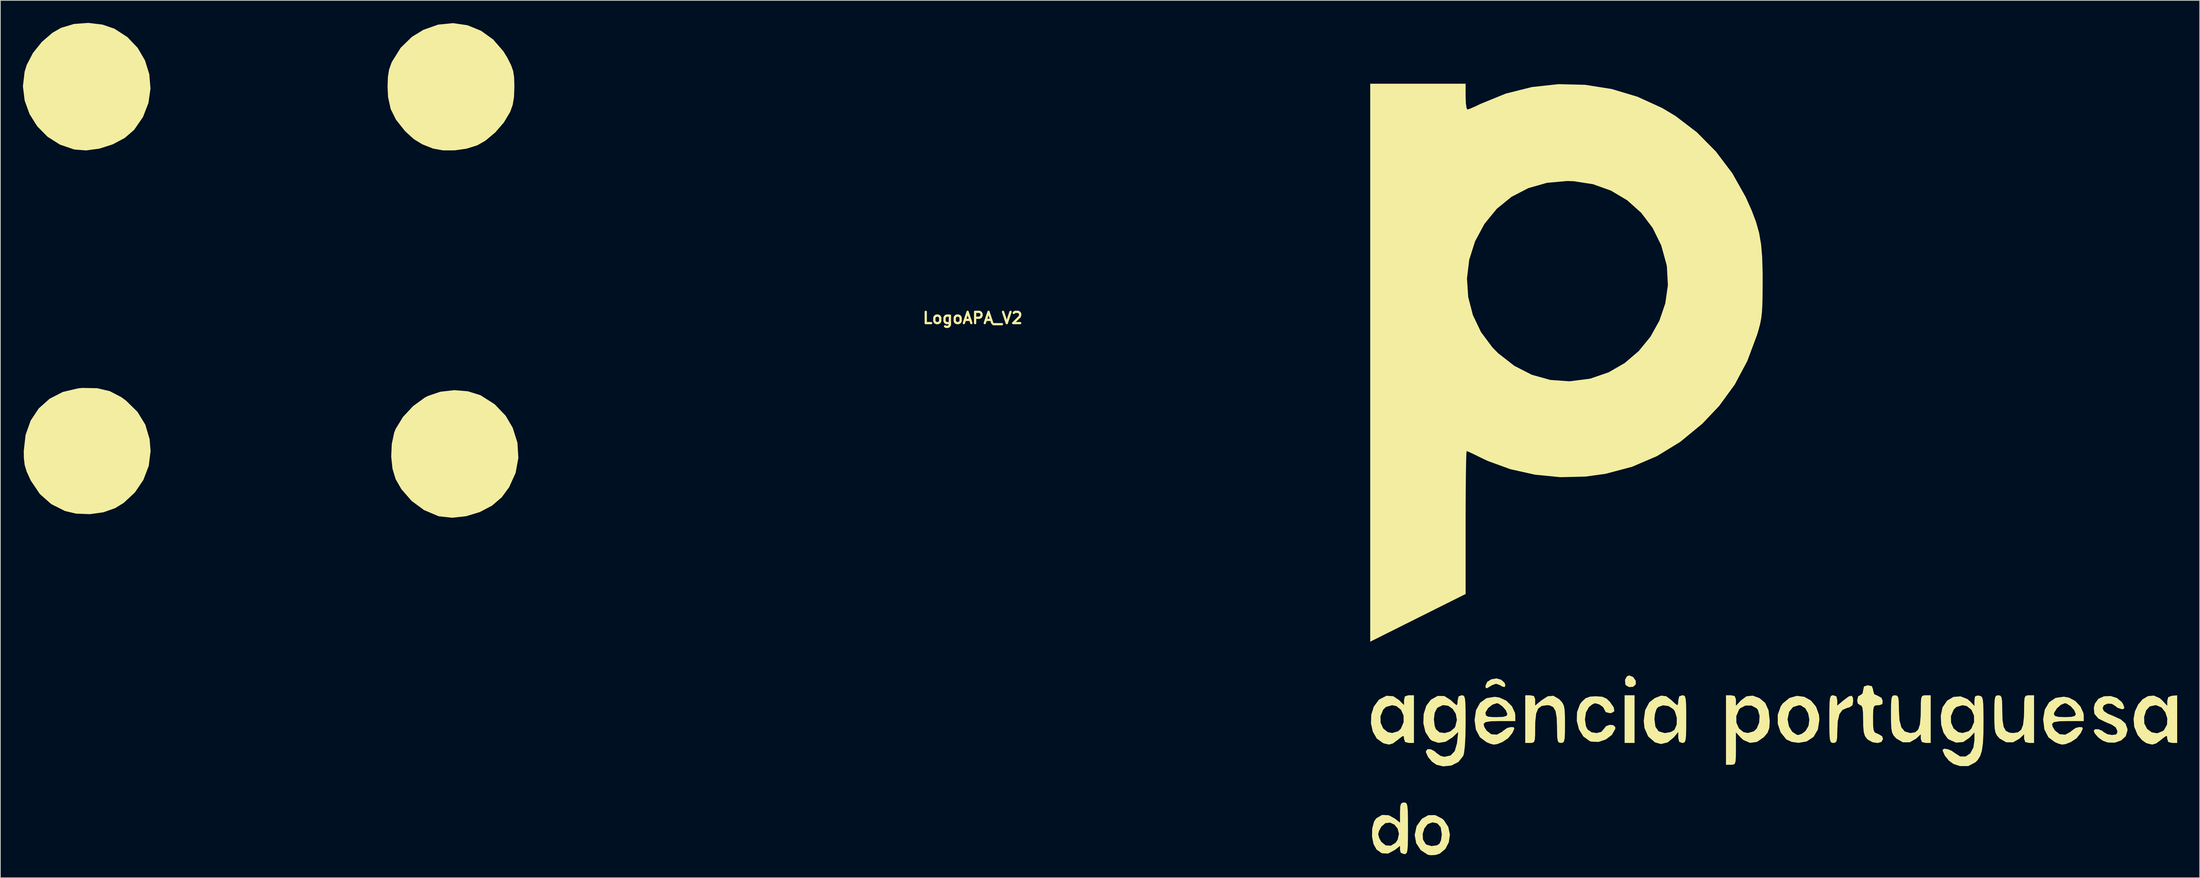
<source format=kicad_pcb>
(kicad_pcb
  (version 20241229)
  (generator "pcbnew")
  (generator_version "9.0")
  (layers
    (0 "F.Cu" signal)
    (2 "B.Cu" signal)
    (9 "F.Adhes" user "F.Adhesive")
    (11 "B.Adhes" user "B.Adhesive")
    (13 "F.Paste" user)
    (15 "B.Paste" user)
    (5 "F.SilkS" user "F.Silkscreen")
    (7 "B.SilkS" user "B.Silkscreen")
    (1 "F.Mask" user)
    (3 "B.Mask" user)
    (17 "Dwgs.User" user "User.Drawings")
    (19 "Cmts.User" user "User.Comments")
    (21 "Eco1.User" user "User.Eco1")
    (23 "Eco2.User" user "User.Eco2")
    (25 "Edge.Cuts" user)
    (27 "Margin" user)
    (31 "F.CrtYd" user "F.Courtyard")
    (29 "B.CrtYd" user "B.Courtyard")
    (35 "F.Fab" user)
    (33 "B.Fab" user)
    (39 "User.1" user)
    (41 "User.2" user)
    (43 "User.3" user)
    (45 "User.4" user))
  (footprint "LogoAPA_V2"
    (layer "F.Cu")
    (at 126.435 39.326)
    (property "Reference" "LogoAPA_V2" (at 0 0 0) (layer "F.SilkS") (effects (font (size 1.5 1.5) (thickness 0.3))))
    (attr board_only exclude_from_pos_files exclude_from_bom)
    (fp_poly (pts (xy 88.106 53.446) (xy 88.106 56.621) (xy 87.445 56.621) (xy 86.783 56.621) (xy 86.783 53.446) (xy 86.783 50.271) (xy 87.445 50.271) (xy 88.106 50.271)) (stroke (width 0) (type solid)) (fill yes) (layer "F.SilkS"))
    (fp_poly (pts (xy 87.92 47.839) (xy 88.261 48.327) (xy 88.276 48.812) (xy 87.918 49.141) (xy 87.386 49.184) (xy 86.95 48.941) (xy 86.879 48.816) (xy 86.831 48.216) (xy 87.08 47.753) (xy 87.404 47.625)) (stroke (width 0) (type solid)) (fill yes) (layer "F.SilkS"))
    (fp_poly (pts (xy 70.35 48.198) (xy 70.78 48.587) (xy 70.908 48.879) (xy 70.833 49.171) (xy 70.533 49.126) (xy 70.137 48.9) (xy 69.665 48.736) (xy 69.14 48.921) (xy 68.95 49.039) (xy 68.473 49.326) (xy 68.291 49.302) (xy 68.263 48.986) (xy 68.491 48.481) (xy 69.049 48.136) (xy 69.744 48.024)) (stroke (width 0) (type solid)) (fill yes) (layer "F.SilkS"))
    (fp_poly (pts (xy -115.845 -39.099) (xy -114.256 -38.552) (xy -112.522 -37.432) (xy -111.16 -35.999) (xy -110.185 -34.327) (xy -109.611 -32.494) (xy -109.453 -30.576) (xy -109.727 -28.649) (xy -110.447 -26.79) (xy -111.627 -25.074) (xy -111.637 -25.063) (xy -112.888 -23.988) (xy -114.479 -23.14) (xy -116.25 -22.57) (xy -118.043 -22.331) (xy -119.602 -22.455) (xy -121.506 -23.106) (xy -123.161 -24.159) (xy -124.523 -25.539) (xy -125.551 -27.17) (xy -126.202 -28.977) (xy -126.435 -30.887) (xy -126.207 -32.823) (xy -125.927 -33.728) (xy -125.099 -35.316) (xy -123.914 -36.791) (xy -122.509 -38.003) (xy -121.365 -38.663) (xy -119.638 -39.182) (xy -117.735 -39.326)) (stroke (width 0) (type solid)) (fill yes) (layer "F.SilkS"))
    (fp_poly (pts (xy -116.541 9.354) (xy -114.869 9.748) (xy -113.345 10.54) (xy -112.713 11.003) (xy -111.184 12.504) (xy -110.14 14.21) (xy -109.567 16.149) (xy -109.439 17.727) (xy -109.684 19.702) (xy -110.399 21.573) (xy -111.526 23.246) (xy -113.007 24.626) (xy -114.139 25.326) (xy -115.722 25.888) (xy -117.532 26.139) (xy -119.362 26.065) (xy -120.83 25.719) (xy -122.666 24.795) (xy -124.18 23.452) (xy -125.364 21.698) (xy -125.462 21.503) (xy -125.939 20.455) (xy -126.201 19.589) (xy -126.309 18.648) (xy -126.323 17.74) (xy -126.081 15.574) (xy -125.399 13.659) (xy -124.318 12.038) (xy -122.877 10.754) (xy -121.116 9.85) (xy -119.074 9.368) (xy -118.5 9.317)) (stroke (width 0) (type solid)) (fill yes) (layer "F.SilkS"))
    (fp_poly (pts (xy -67.198 9.764) (xy -65.563 10.275) (xy -65.484 10.313) (xy -63.636 11.491) (xy -62.174 13.02) (xy -61.235 14.619) (xy -60.604 16.618) (xy -60.481 18.653) (xy -60.853 20.653) (xy -61.708 22.546) (xy -62.689 23.885) (xy -63.986 25) (xy -65.615 25.856) (xy -67.427 26.408) (xy -69.272 26.614) (xy -70.998 26.428) (xy -71.186 26.378) (xy -73.039 25.59) (xy -74.697 24.368) (xy -76.06 22.798) (xy -76.821 21.464) (xy -77.236 20.095) (xy -77.407 18.469) (xy -77.334 16.799) (xy -77.017 15.295) (xy -76.815 14.77) (xy -75.837 13.177) (xy -74.49 11.734) (xy -72.938 10.606) (xy -72.533 10.392) (xy -70.866 9.824) (xy -69.027 9.614)) (stroke (width 0) (type solid)) (fill yes) (layer "F.SilkS"))
    (fp_poly (pts (xy 114.974 50.42) (xy 115.094 50.942) (xy 115.094 50.956) (xy 115.094 51.641) (xy 115.908 50.956) (xy 116.597 50.438) (xy 117 50.321) (xy 117.181 50.609) (xy 117.21 51.032) (xy 117.118 51.598) (xy 116.732 51.872) (xy 116.412 51.952) (xy 115.786 52.222) (xy 115.379 52.784) (xy 115.158 53.713) (xy 115.094 55.051) (xy 115.074 55.931) (xy 114.988 56.405) (xy 114.793 56.594) (xy 114.565 56.621) (xy 114.341 56.59) (xy 114.191 56.438) (xy 114.101 56.077) (xy 114.054 55.421) (xy 114.037 54.381) (xy 114.035 53.446) (xy 114.041 52.106) (xy 114.066 51.207) (xy 114.126 50.662) (xy 114.235 50.383) (xy 114.409 50.282) (xy 114.565 50.271)) (stroke (width 0) (type solid)) (fill yes) (layer "F.SilkS"))
    (fp_poly (pts (xy 62.499 66.713) (xy 62.727 66.919) (xy 63.313 67.813) (xy 63.522 68.836) (xy 63.383 69.856) (xy 62.927 70.742) (xy 62.186 71.361) (xy 61.648 71.544) (xy 60.981 71.587) (xy 60.59 71.521) (xy 59.639 70.904) (xy 59.038 69.982) (xy 58.837 68.886) (xy 58.866 68.749) (xy 59.9 68.749) (xy 59.943 69.501) (xy 60.299 70.09) (xy 60.412 70.174) (xy 61.08 70.365) (xy 61.794 70.264) (xy 62.124 70.062) (xy 62.338 69.598) (xy 62.44 68.884) (xy 62.442 68.792) (xy 62.297 67.856) (xy 61.848 67.339) (xy 61.204 67.204) (xy 60.576 67.432) (xy 60.126 68.003) (xy 59.9 68.749) (xy 58.866 68.749) (xy 59.084 67.747) (xy 59.123 67.663) (xy 59.79 66.732) (xy 60.639 66.25) (xy 61.573 66.237)) (stroke (width 0) (type solid)) (fill yes) (layer "F.SilkS"))
    (fp_poly (pts (xy 110.7 50.476) (xy 111.582 50.97) (xy 112.266 51.787) (xy 112.657 52.883) (xy 112.712 53.529) (xy 112.51 54.837) (xy 111.932 55.817) (xy 111.019 56.423) (xy 109.934 56.609) (xy 109.039 56.485) (xy 108.337 56.172) (xy 108.312 56.152) (xy 107.556 55.227) (xy 107.169 54.075) (xy 107.169 53.487) (xy 108.479 53.487) (xy 108.647 54.394) (xy 109.083 55.122) (xy 109.683 55.525) (xy 109.934 55.562) (xy 110.404 55.387) (xy 110.86 55.033) (xy 111.268 54.339) (xy 111.372 53.5) (xy 111.21 52.666) (xy 110.82 51.99) (xy 110.239 51.622) (xy 110.006 51.594) (xy 109.215 51.826) (xy 108.684 52.468) (xy 108.48 53.436) (xy 108.479 53.487) (xy 107.169 53.487) (xy 107.168 52.856) (xy 107.569 51.732) (xy 107.834 51.358) (xy 108.729 50.627) (xy 109.717 50.347)) (stroke (width 0) (type solid)) (fill yes) (layer "F.SilkS"))
    (fp_poly (pts (xy -67.251 -39.011) (xy -65.444 -38.275) (xy -63.826 -37.106) (xy -62.462 -35.526) (xy -61.903 -34.604) (xy -61.44 -33.673) (xy -61.172 -32.905) (xy -61.047 -32.076) (xy -61.012 -30.963) (xy -61.012 -30.824) (xy -61.059 -29.457) (xy -61.232 -28.41) (xy -61.564 -27.48) (xy -61.573 -27.459) (xy -62.411 -26.054) (xy -63.56 -24.725) (xy -64.867 -23.629) (xy -65.957 -23.009) (xy -67.368 -22.569) (xy -68.959 -22.34) (xy -70.514 -22.337) (xy -71.823 -22.575) (xy -71.834 -22.579) (xy -73.265 -23.144) (xy -74.395 -23.836) (xy -75.453 -24.801) (xy -75.642 -25.002) (xy -76.772 -26.425) (xy -77.478 -27.846) (xy -77.826 -29.44) (xy -77.893 -30.824) (xy -77.847 -32.127) (xy -77.691 -33.108) (xy -77.388 -33.967) (xy -77.294 -34.167) (xy -76.143 -36.014) (xy -74.658 -37.461) (xy -73.13 -38.398) (xy -71.161 -39.095) (xy -69.179 -39.292)) (stroke (width 0) (type solid)) (fill yes) (layer "F.SilkS"))
    (fp_poly (pts (xy 83.804 50.465) (xy 84.377 50.713) (xy 84.822 51.145) (xy 85.34 51.891) (xy 85.413 52.393) (xy 85.042 52.633) (xy 84.799 52.652) (xy 84.271 52.517) (xy 84.138 52.265) (xy 83.916 51.848) (xy 83.403 51.483) (xy 82.832 51.329) (xy 82.453 51.501) (xy 82.021 51.858) (xy 81.633 52.563) (xy 81.5 53.492) (xy 81.636 54.396) (xy 81.86 54.835) (xy 82.386 55.203) (xy 83.06 55.305) (xy 83.673 55.147) (xy 84.005 54.769) (xy 84.309 54.385) (xy 84.788 54.21) (xy 85.26 54.246) (xy 85.541 54.497) (xy 85.543 54.746) (xy 85.084 55.552) (xy 84.283 56.16) (xy 83.312 56.486) (xy 82.345 56.448) (xy 82.124 56.372) (xy 81.281 55.752) (xy 80.702 54.805) (xy 80.414 53.677) (xy 80.448 52.518) (xy 80.834 51.473) (xy 81.072 51.145) (xy 81.59 50.663) (xy 82.19 50.447) (xy 82.947 50.403)) (stroke (width 0) (type solid)) (fill yes) (layer "F.SilkS"))
    (fp_poly (pts (xy 74.713 50.375) (xy 74.872 50.793) (xy 74.877 50.956) (xy 74.877 51.641) (xy 75.691 50.956) (xy 76.548 50.404) (xy 77.294 50.337) (xy 78.021 50.755) (xy 78.196 50.92) (xy 78.501 51.267) (xy 78.692 51.651) (xy 78.796 52.2) (xy 78.838 53.042) (xy 78.846 54.095) (xy 78.838 55.267) (xy 78.8 56.007) (xy 78.713 56.414) (xy 78.555 56.586) (xy 78.317 56.621) (xy 78.047 56.574) (xy 77.888 56.362) (xy 77.812 55.875) (xy 77.788 55.003) (xy 77.787 54.619) (xy 77.742 53.273) (xy 77.585 52.375) (xy 77.284 51.849) (xy 76.805 51.62) (xy 76.474 51.594) (xy 75.759 51.69) (xy 75.285 52.032) (xy 75.01 52.696) (xy 74.891 53.762) (xy 74.877 54.523) (xy 74.87 55.567) (xy 74.825 56.191) (xy 74.71 56.502) (xy 74.488 56.609) (xy 74.216 56.621) (xy 73.554 56.621) (xy 73.554 53.446) (xy 73.554 50.271) (xy 74.216 50.271)) (stroke (width 0) (type solid)) (fill yes) (layer "F.SilkS"))
    (fp_poly (pts (xy 127.529 53.446) (xy 127.529 56.621) (xy 126.868 56.621) (xy 126.356 56.504) (xy 126.207 56.077) (xy 126.206 56.046) (xy 126.206 55.47) (xy 125.594 56.046) (xy 124.736 56.538) (xy 123.818 56.534) (xy 122.954 56.036) (xy 122.887 55.971) (xy 122.583 55.625) (xy 122.391 55.241) (xy 122.288 54.691) (xy 122.245 53.849) (xy 122.237 52.796) (xy 122.245 51.625) (xy 122.283 50.884) (xy 122.37 50.477) (xy 122.528 50.305) (xy 122.767 50.271) (xy 123.04 50.319) (xy 123.2 50.538) (xy 123.274 51.038) (xy 123.295 51.931) (xy 123.296 52.196) (xy 123.374 53.599) (xy 123.626 54.548) (xy 124.08 55.095) (xy 124.764 55.295) (xy 124.889 55.298) (xy 125.475 55.195) (xy 125.866 54.835) (xy 126.095 54.143) (xy 126.194 53.043) (xy 126.206 52.273) (xy 126.214 51.258) (xy 126.263 50.661) (xy 126.389 50.372) (xy 126.629 50.279) (xy 126.868 50.271) (xy 127.529 50.271)) (stroke (width 0) (type solid)) (fill yes) (layer "F.SilkS"))
    (fp_poly (pts (xy 141.287 53.446) (xy 141.287 56.621) (xy 140.626 56.621) (xy 140.114 56.504) (xy 139.965 56.077) (xy 139.965 56.046) (xy 139.965 55.47) (xy 139.352 56.046) (xy 138.494 56.538) (xy 137.577 56.534) (xy 136.712 56.036) (xy 136.645 55.971) (xy 136.341 55.625) (xy 136.15 55.241) (xy 136.046 54.691) (xy 136.003 53.849) (xy 135.996 52.796) (xy 136.004 51.625) (xy 136.041 50.884) (xy 136.129 50.477) (xy 136.287 50.305) (xy 136.525 50.271) (xy 136.795 50.317) (xy 136.953 50.53) (xy 137.03 51.017) (xy 137.053 51.889) (xy 137.054 52.273) (xy 137.094 53.601) (xy 137.241 54.487) (xy 137.533 55.01) (xy 138.011 55.252) (xy 138.525 55.298) (xy 139.149 55.202) (xy 139.57 54.866) (xy 139.823 54.212) (xy 139.942 53.165) (xy 139.965 52.106) (xy 139.975 51.144) (xy 140.032 50.595) (xy 140.179 50.344) (xy 140.458 50.274) (xy 140.626 50.271) (xy 141.287 50.271)) (stroke (width 0) (type solid)) (fill yes) (layer "F.SilkS"))
    (fp_poly (pts (xy 119.7 49.059) (xy 119.854 49.487) (xy 119.856 49.591) (xy 120.011 50.128) (xy 120.452 50.319) (xy 120.986 50.62) (xy 121.131 50.998) (xy 121.096 51.443) (xy 120.718 51.588) (xy 120.536 51.594) (xy 120.179 51.619) (xy 119.976 51.774) (xy 119.883 52.174) (xy 119.857 52.935) (xy 119.856 53.417) (xy 119.869 54.382) (xy 119.936 54.945) (xy 120.1 55.234) (xy 120.402 55.376) (xy 120.518 55.407) (xy 121.064 55.732) (xy 121.179 56.097) (xy 120.972 56.485) (xy 120.459 56.631) (xy 119.807 56.536) (xy 119.182 56.199) (xy 119.062 56.092) (xy 118.778 55.71) (xy 118.615 55.18) (xy 118.544 54.361) (xy 118.533 53.578) (xy 118.513 52.531) (xy 118.437 51.917) (xy 118.289 51.639) (xy 118.136 51.594) (xy 117.817 51.364) (xy 117.74 50.932) (xy 117.878 50.4) (xy 118.136 50.271) (xy 118.456 50.041) (xy 118.533 49.609) (xy 118.643 49.106) (xy 119.073 48.951) (xy 119.195 48.948)) (stroke (width 0) (type solid)) (fill yes) (layer "F.SilkS"))
    (fp_poly (pts (xy 152.311 50.628) (xy 152.97 51.171) (xy 153.154 51.479) (xy 153.316 51.947) (xy 153.16 52.11) (xy 152.956 52.123) (xy 152.381 51.931) (xy 152.124 51.713) (xy 151.631 51.408) (xy 151.046 51.386) (xy 150.574 51.614) (xy 150.416 51.982) (xy 150.575 52.373) (xy 151.111 52.729) (xy 151.739 52.987) (xy 152.827 53.484) (xy 153.461 54.039) (xy 153.711 54.726) (xy 153.723 54.952) (xy 153.492 55.721) (xy 152.888 56.284) (xy 152.047 56.584) (xy 151.103 56.566) (xy 150.416 56.315) (xy 149.813 55.871) (xy 149.363 55.343) (xy 149.225 54.983) (xy 149.424 54.786) (xy 149.873 54.801) (xy 150.355 54.998) (xy 150.548 55.166) (xy 151.04 55.456) (xy 151.657 55.562) (xy 152.205 55.498) (xy 152.37 55.225) (xy 152.352 54.969) (xy 152.154 54.547) (xy 151.624 54.183) (xy 150.875 53.877) (xy 149.851 53.374) (xy 149.318 52.747) (xy 149.24 51.937) (xy 149.389 51.367) (xy 149.855 50.736) (xy 150.599 50.405) (xy 151.469 50.371)) (stroke (width 0) (type solid)) (fill yes) (layer "F.SilkS"))
    (fp_poly (pts (xy 58.737 53.446) (xy 58.737 56.621) (xy 58.076 56.621) (xy 57.561 56.501) (xy 57.415 56.074) (xy 57.415 56.068) (xy 57.387 55.739) (xy 57.23 55.714) (xy 56.829 56.01) (xy 56.601 56.2) (xy 55.938 56.691) (xy 55.408 56.84) (xy 54.783 56.695) (xy 54.586 56.618) (xy 53.791 56.037) (xy 53.265 55.128) (xy 53.016 54.027) (xy 53.049 53.047) (xy 54.288 53.047) (xy 54.301 53.927) (xy 54.639 54.683) (xy 55.25 55.179) (xy 55.827 55.298) (xy 56.639 55.065) (xy 57.003 54.71) (xy 57.366 53.844) (xy 57.353 52.965) (xy 57.015 52.208) (xy 56.404 51.712) (xy 55.827 51.594) (xy 55.016 51.827) (xy 54.651 52.182) (xy 54.288 53.047) (xy 53.049 53.047) (xy 53.055 52.867) (xy 53.392 51.784) (xy 54.036 50.911) (xy 54.162 50.804) (xy 55.086 50.337) (xy 55.981 50.395) (xy 56.765 50.92) (xy 57.415 51.57) (xy 57.415 50.92) (xy 57.527 50.425) (xy 57.964 50.273) (xy 58.076 50.271) (xy 58.737 50.271)) (stroke (width 0) (type solid)) (fill yes) (layer "F.SilkS"))
    (fp_poly (pts (xy 101.432 50.372) (xy 101.594 50.782) (xy 101.6 50.971) (xy 101.6 51.671) (xy 102.249 50.971) (xy 103.003 50.405) (xy 103.831 50.319) (xy 104.737 50.648) (xy 105.499 51.286) (xy 105.945 52.274) (xy 106.098 53.665) (xy 106.098 53.743) (xy 106.042 54.642) (xy 105.813 55.263) (xy 105.325 55.847) (xy 104.407 56.483) (xy 103.474 56.611) (xy 102.59 56.231) (xy 102.249 55.921) (xy 101.6 55.221) (xy 101.6 57.376) (xy 101.593 58.437) (xy 101.551 59.077) (xy 101.441 59.401) (xy 101.229 59.516) (xy 100.939 59.531) (xy 100.277 59.531) (xy 100.277 54.901) (xy 100.277 53.047) (xy 101.648 53.047) (xy 101.662 53.927) (xy 102 54.683) (xy 102.611 55.179) (xy 103.188 55.298) (xy 103.999 55.065) (xy 104.363 54.71) (xy 104.693 53.913) (xy 104.748 53.012) (xy 104.528 52.237) (xy 104.359 52.01) (xy 103.667 51.641) (xy 102.861 51.644) (xy 102.168 52.001) (xy 102.012 52.182) (xy 101.648 53.047) (xy 100.277 53.047) (xy 100.277 50.271) (xy 100.939 50.271)) (stroke (width 0) (type solid)) (fill yes) (layer "F.SilkS"))
    (fp_poly (pts (xy 57.631 64.588) (xy 57.778 64.731) (xy 57.87 65.074) (xy 57.92 65.7) (xy 57.94 66.693) (xy 57.944 67.998) (xy 57.939 69.402) (xy 57.917 70.361) (xy 57.864 70.96) (xy 57.768 71.283) (xy 57.615 71.414) (xy 57.415 71.438) (xy 56.975 71.254) (xy 56.885 70.889) (xy 56.885 70.341) (xy 56.188 70.889) (xy 55.284 71.366) (xy 54.45 71.319) (xy 53.757 70.825) (xy 53.351 70.083) (xy 53.159 69.082) (xy 53.165 68.792) (xy 53.975 68.792) (xy 54.12 69.308) (xy 54.397 69.806) (xy 54.99 70.28) (xy 55.678 70.31) (xy 56.303 69.918) (xy 56.567 69.519) (xy 56.742 68.727) (xy 56.563 68.027) (xy 56.132 67.501) (xy 55.555 67.235) (xy 54.935 67.31) (xy 54.397 67.777) (xy 54.08 68.372) (xy 53.975 68.792) (xy 53.165 68.792) (xy 53.183 68.023) (xy 53.425 67.107) (xy 53.71 66.675) (xy 54.496 66.214) (xy 55.384 66.253) (xy 56.188 66.694) (xy 56.885 67.243) (xy 56.885 65.9) (xy 56.912 65.1) (xy 57.028 64.698) (xy 57.282 64.565) (xy 57.415 64.558)) (stroke (width 0) (type solid)) (fill yes) (layer "F.SilkS"))
    (fp_poly (pts (xy 160.338 53.449) (xy 160.338 56.621) (xy 159.676 56.621) (xy 159.161 56.501) (xy 159.015 56.074) (xy 159.015 56.068) (xy 158.987 55.739) (xy 158.83 55.714) (xy 158.429 56.01) (xy 158.201 56.2) (xy 157.539 56.69) (xy 157.009 56.839) (xy 156.381 56.694) (xy 156.172 56.613) (xy 155.64 56.231) (xy 155.113 55.607) (xy 155.048 55.505) (xy 154.623 54.468) (xy 154.532 53.406) (xy 154.583 53.137) (xy 155.941 53.137) (xy 155.963 54.035) (xy 156.337 54.751) (xy 156.947 55.209) (xy 157.676 55.334) (xy 158.408 55.048) (xy 158.599 54.882) (xy 158.986 54.182) (xy 159.022 53.348) (xy 158.763 52.536) (xy 158.261 51.902) (xy 157.572 51.601) (xy 157.444 51.594) (xy 156.697 51.75) (xy 156.215 52.272) (xy 155.941 53.137) (xy 154.583 53.137) (xy 154.722 52.394) (xy 155.14 51.504) (xy 155.73 50.811) (xy 156.44 50.388) (xy 157.216 50.308) (xy 158.004 50.645) (xy 158.366 50.971) (xy 159.015 51.671) (xy 159.015 51.029) (xy 159.145 50.521) (xy 159.63 50.336) (xy 159.676 50.332) (xy 160.338 50.277)) (stroke (width 0) (type solid)) (fill yes) (layer "F.SilkS"))
    (fp_poly (pts (xy 145.918 50.575) (xy 146.779 51.029) (xy 147.477 51.784) (xy 147.865 52.66) (xy 147.901 52.983) (xy 147.902 53.71) (xy 145.785 53.71) (xy 144.632 53.737) (xy 143.95 53.846) (xy 143.682 54.079) (xy 143.771 54.479) (xy 144.081 54.974) (xy 144.697 55.459) (xy 145.447 55.515) (xy 146.146 55.137) (xy 146.244 55.033) (xy 146.817 54.625) (xy 147.306 54.504) (xy 147.699 54.534) (xy 147.771 54.719) (xy 147.554 55.203) (xy 147.494 55.319) (xy 146.929 56.012) (xy 146.173 56.509) (xy 145.477 56.78) (xy 145.006 56.844) (xy 144.498 56.702) (xy 144.066 56.519) (xy 143.193 55.863) (xy 142.663 54.83) (xy 142.496 53.469) (xy 142.612 52.784) (xy 143.933 52.784) (xy 144.064 53.024) (xy 144.522 53.147) (xy 145.389 53.181) (xy 146.266 53.146) (xy 146.718 53.021) (xy 146.844 52.784) (xy 146.637 52.26) (xy 146.153 51.72) (xy 145.597 51.37) (xy 145.389 51.329) (xy 144.864 51.536) (xy 144.324 52.019) (xy 143.975 52.575) (xy 143.933 52.784) (xy 142.612 52.784) (xy 142.715 52.177) (xy 143.288 51.209) (xy 144.151 50.619) (xy 145.244 50.46)) (stroke (width 0) (type solid)) (fill yes) (layer "F.SilkS"))
    (fp_poly (pts (xy 70.083 50.558) (xy 71.033 50.989) (xy 71.781 51.73) (xy 72.191 52.626) (xy 72.23 52.983) (xy 72.231 53.71) (xy 70.115 53.71) (xy 68.962 53.737) (xy 68.279 53.846) (xy 68.011 54.079) (xy 68.1 54.479) (xy 68.41 54.974) (xy 69.026 55.459) (xy 69.776 55.515) (xy 70.475 55.137) (xy 70.573 55.033) (xy 71.146 54.625) (xy 71.635 54.504) (xy 72.029 54.534) (xy 72.1 54.719) (xy 71.883 55.203) (xy 71.824 55.319) (xy 71.258 56.012) (xy 70.502 56.509) (xy 69.806 56.78) (xy 69.335 56.844) (xy 68.827 56.702) (xy 68.395 56.519) (xy 67.525 55.864) (xy 66.983 54.837) (xy 66.807 53.578) (xy 66.941 52.667) (xy 68.263 52.667) (xy 68.33 52.965) (xy 68.616 53.12) (xy 69.244 53.176) (xy 69.718 53.181) (xy 70.595 53.146) (xy 71.047 53.021) (xy 71.173 52.784) (xy 70.977 52.283) (xy 70.52 51.748) (xy 69.998 51.383) (xy 69.777 51.329) (xy 69.178 51.522) (xy 68.611 51.98) (xy 68.283 52.52) (xy 68.263 52.667) (xy 66.941 52.667) (xy 67.001 52.256) (xy 67.546 51.266) (xy 68.391 50.656) (xy 69.481 50.476)) (stroke (width 0) (type solid)) (fill yes) (layer "F.SilkS"))
    (fp_poly (pts (xy 94.68 50.302) (xy 94.829 50.454) (xy 94.92 50.814) (xy 94.967 51.471) (xy 94.984 52.511) (xy 94.985 53.446) (xy 94.98 54.786) (xy 94.955 55.685) (xy 94.895 56.23) (xy 94.785 56.509) (xy 94.612 56.61) (xy 94.456 56.621) (xy 94.055 56.482) (xy 93.927 55.981) (xy 93.926 55.893) (xy 93.924 55.166) (xy 93.33 55.882) (xy 92.512 56.554) (xy 91.608 56.766) (xy 90.816 56.541) (xy 89.914 55.751) (xy 89.425 54.634) (xy 89.327 53.671) (xy 89.357 53.446) (xy 90.752 53.446) (xy 90.886 54.469) (xy 91.309 55.072) (xy 92.053 55.295) (xy 92.184 55.298) (xy 92.9 55.178) (xy 93.408 54.888) (xy 93.418 54.876) (xy 93.714 54.169) (xy 93.731 53.271) (xy 93.482 52.436) (xy 93.278 52.136) (xy 92.636 51.711) (xy 91.9 51.608) (xy 91.268 51.828) (xy 91.026 52.106) (xy 90.826 52.744) (xy 90.752 53.446) (xy 89.357 53.446) (xy 89.512 52.254) (xy 90.064 51.216) (xy 90.796 50.645) (xy 91.649 50.319) (xy 92.319 50.396) (xy 92.993 50.9) (xy 93.025 50.932) (xy 93.495 51.372) (xy 93.787 51.589) (xy 93.807 51.594) (xy 93.897 51.367) (xy 93.927 50.932) (xy 94.051 50.414) (xy 94.456 50.271)) (stroke (width 0) (type solid)) (fill yes) (layer "F.SilkS"))
    (fp_poly (pts (xy 133.945 50.319) (xy 134.196 50.377) (xy 134.365 50.528) (xy 134.469 50.861) (xy 134.525 51.468) (xy 134.549 52.439) (xy 134.558 53.578) (xy 134.547 55.359) (xy 134.478 56.697) (xy 134.337 57.679) (xy 134.106 58.389) (xy 133.769 58.914) (xy 133.481 59.201) (xy 132.536 59.701) (xy 131.425 59.706) (xy 130.565 59.426) (xy 129.95 58.985) (xy 129.417 58.328) (xy 129.13 57.672) (xy 129.117 57.534) (xy 129.316 57.388) (xy 129.784 57.451) (xy 130.33 57.674) (xy 130.704 57.944) (xy 131.451 58.421) (xy 132.175 58.426) (xy 132.789 58.015) (xy 133.209 57.243) (xy 133.35 56.259) (xy 133.35 55.221) (xy 132.701 55.921) (xy 131.855 56.499) (xy 130.91 56.582) (xy 129.959 56.168) (xy 129.759 56.01) (xy 129.233 55.257) (xy 128.925 54.2) (xy 128.866 53.047) (xy 130.223 53.047) (xy 130.237 53.927) (xy 130.575 54.683) (xy 131.186 55.179) (xy 131.762 55.298) (xy 132.574 55.065) (xy 132.938 54.71) (xy 133.302 53.844) (xy 133.288 52.965) (xy 132.95 52.208) (xy 132.339 51.712) (xy 131.762 51.594) (xy 130.951 51.827) (xy 130.587 52.182) (xy 130.223 53.047) (xy 128.866 53.047) (xy 128.865 53.033) (xy 129.083 51.945) (xy 129.121 51.849) (xy 129.723 50.975) (xy 130.562 50.487) (xy 131.507 50.413) (xy 132.423 50.779) (xy 132.814 51.118) (xy 133.35 51.694) (xy 133.35 50.964) (xy 133.424 50.442) (xy 133.732 50.3)) (stroke (width 0) (type solid)) (fill yes) (layer "F.SilkS"))
    (fp_poly (pts (xy 65.297 50.298) (xy 65.443 50.435) (xy 65.536 50.763) (xy 65.588 51.363) (xy 65.611 52.317) (xy 65.617 53.706) (xy 65.617 53.963) (xy 65.592 55.662) (xy 65.52 57.017) (xy 65.407 57.96) (xy 65.301 58.348) (xy 64.666 59.152) (xy 63.726 59.633) (xy 62.627 59.743) (xy 61.742 59.533) (xy 61.143 59.122) (xy 60.618 58.496) (xy 60.337 57.874) (xy 60.325 57.753) (xy 60.51 57.46) (xy 60.95 57.454) (xy 61.471 57.711) (xy 61.719 57.944) (xy 62.293 58.352) (xy 62.785 58.473) (xy 63.619 58.29) (xy 64.165 57.713) (xy 64.458 56.7) (xy 64.487 56.472) (xy 64.626 55.166) (xy 63.85 55.893) (xy 62.947 56.465) (xy 61.996 56.612) (xy 61.136 56.325) (xy 60.868 56.106) (xy 60.266 55.169) (xy 59.988 54.003) (xy 60.006 53.48) (xy 61.393 53.48) (xy 61.5 54.366) (xy 61.665 54.801) (xy 62.145 55.213) (xy 62.839 55.303) (xy 63.562 55.097) (xy 64.131 54.621) (xy 64.244 54.431) (xy 64.455 53.553) (xy 64.308 52.741) (xy 63.891 52.083) (xy 63.292 51.666) (xy 62.601 51.58) (xy 61.906 51.91) (xy 61.799 52.01) (xy 61.497 52.616) (xy 61.393 53.48) (xy 60.006 53.48) (xy 60.03 52.775) (xy 60.387 51.654) (xy 60.987 50.866) (xy 61.89 50.357) (xy 62.785 50.373) (xy 63.636 50.912) (xy 63.656 50.932) (xy 64.126 51.372) (xy 64.418 51.589) (xy 64.438 51.594) (xy 64.529 51.367) (xy 64.558 50.932) (xy 64.682 50.414) (xy 65.088 50.271)) (stroke (width 0) (type solid)) (fill yes) (layer "F.SilkS"))
    (fp_poly (pts (xy 65.617 -29.501) (xy 65.65 -28.625) (xy 65.737 -28.006) (xy 65.854 -27.781) (xy 66.198 -27.891) (xy 66.864 -28.179) (xy 67.64 -28.548) (xy 70.958 -29.903) (xy 74.42 -30.773) (xy 77.966 -31.162) (xy 81.534 -31.075) (xy 85.065 -30.515) (xy 88.498 -29.485) (xy 91.772 -27.991) (xy 93.552 -26.926) (xy 96.383 -24.764) (xy 98.925 -22.197) (xy 101.116 -19.296) (xy 102.893 -16.135) (xy 102.94 -16.034) (xy 103.708 -14.312) (xy 104.282 -12.79) (xy 104.687 -11.334) (xy 104.949 -9.813) (xy 105.096 -8.095) (xy 105.154 -6.046) (xy 105.157 -4.895) (xy 105.148 -3.151) (xy 105.121 -1.822) (xy 105.065 -0.795) (xy 104.969 0.044) (xy 104.819 0.809) (xy 104.605 1.614) (xy 104.414 2.249) (xy 103.111 5.737) (xy 101.442 8.873) (xy 99.368 11.719) (xy 97.115 14.095) (xy 94.203 16.493) (xy 91.087 18.404) (xy 87.767 19.827) (xy 84.247 20.76) (xy 81.577 21.13) (xy 78.216 21.209) (xy 74.845 20.875) (xy 71.59 20.148) (xy 68.577 19.053) (xy 67.73 18.651) (xy 66.844 18.214) (xy 66.153 17.888) (xy 65.782 17.733) (xy 65.756 17.727) (xy 65.724 17.982) (xy 65.694 18.707) (xy 65.669 19.843) (xy 65.647 21.331) (xy 65.631 23.112) (xy 65.62 25.127) (xy 65.617 27.251) (xy 65.617 36.775) (xy 59.267 39.952) (xy 52.917 43.129) (xy 52.917 5.954) (xy 52.917 -5.268) (xy 65.797 -5.268) (xy 65.962 -2.789) (xy 66.585 -0.39) (xy 67.66 1.865) (xy 69.179 3.91) (xy 69.946 4.689) (xy 72.1 6.371) (xy 74.426 7.561) (xy 76.891 8.251) (xy 79.462 8.432) (xy 82.107 8.095) (xy 82.261 8.059) (xy 84.646 7.241) (xy 86.794 6) (xy 88.665 4.399) (xy 90.216 2.499) (xy 91.407 0.362) (xy 92.197 -1.95) (xy 92.544 -4.376) (xy 92.407 -6.854) (xy 92.367 -7.095) (xy 91.654 -9.684) (xy 90.514 -12.004) (xy 88.992 -14.016) (xy 87.133 -15.683) (xy 84.983 -16.967) (xy 82.586 -17.829) (xy 79.989 -18.231) (xy 79.131 -18.256) (xy 76.441 -18.015) (xy 73.96 -17.305) (xy 71.723 -16.145) (xy 69.767 -14.553) (xy 68.129 -12.548) (xy 68.118 -12.531) (xy 66.868 -10.204) (xy 66.096 -7.761) (xy 65.797 -5.268) (xy 52.917 -5.268) (xy 52.917 -31.221) (xy 59.267 -31.221) (xy 65.617 -31.221)) (stroke (width 0) (type solid)) (fill yes) (layer "F.SilkS")))
  (gr_rect
    (start -3 -3)
    (end 289.772 113.913)
    (stroke (width 0.1) (type default))
    (fill no)
    (layer "Edge.Cuts")))
</source>
